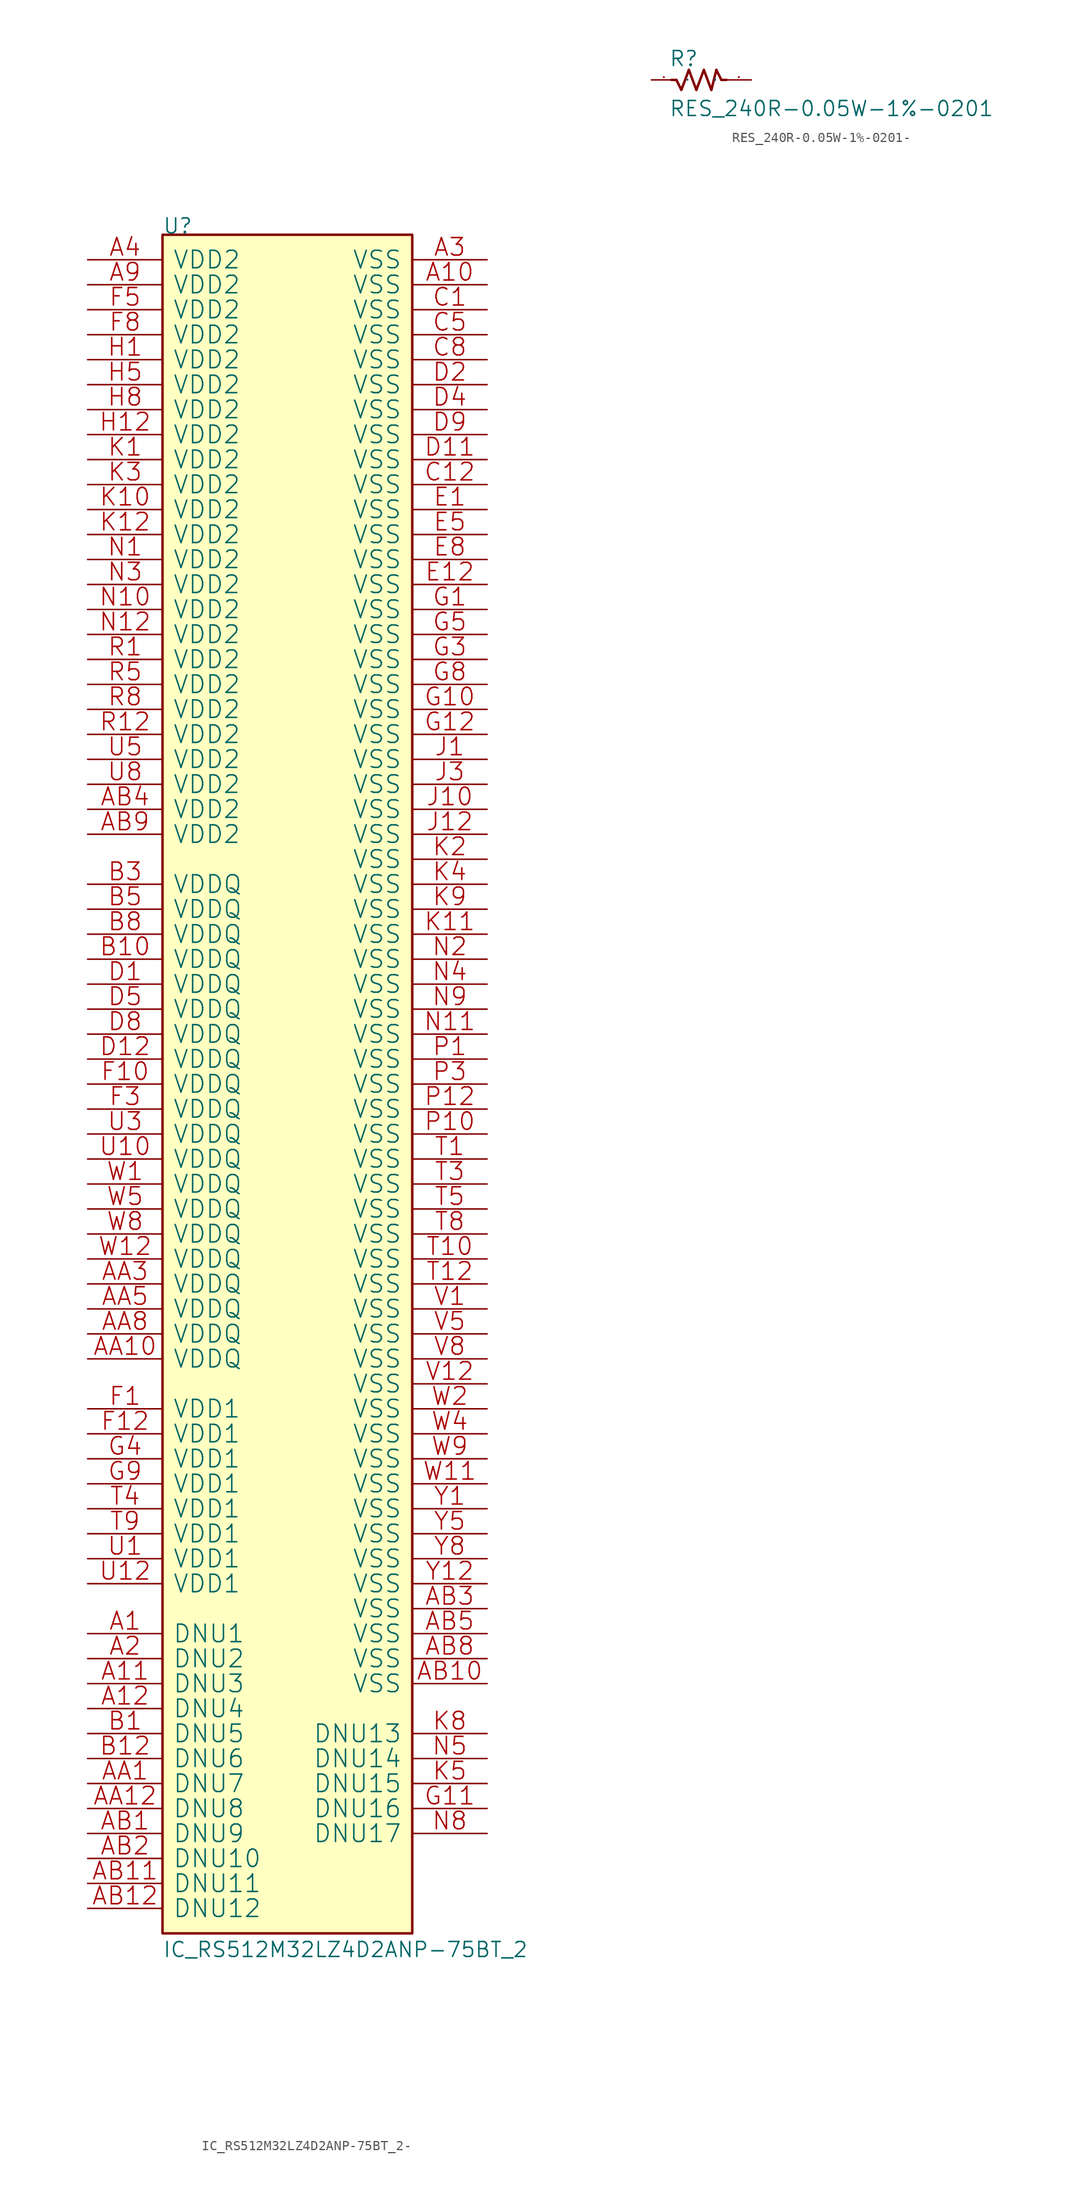
<source format=kicad_sym>
(kicad_symbol_lib
  (version 20220914)
  (generator kicad_symbol_editor)
  (symbol "IC_RS512M32LZ4D2ANP-75BT_2-"
    (pin_names
      (offset 1.016))
    (property "Reference" "U"
      (at 0 0 0)
      (effects (font (size 1.524 1.524)) (justify left bottom)))
    (property "Value" "IC_RS512M32LZ4D2ANP-75BT_2"
      (at 0 -175.26 0)
      (effects (font (size 1.524 1.524)) (justify left bottom)))
    (property "Footprint" ""
      (at 0 0 0)
      (effects (font (size 1.524 1.524))))
    (property "Datasheet" ""
      (at 0 0 0)
      (effects (font (size 1.524 1.524))))
    (symbol "IC_RS512M32LZ4D2ANP-75BT_2-_0_1"
      (rectangle (start 0 -172.72) (end 25.4 0) (stroke (width 0.254) (type solid)) (fill (type background)))
      (pin passive line (at -7.62 -142.24 0) (length 7.62) (name "DNU1" (effects (font (size 1.778 1.778)))) (number "A1" (effects (font (size 1.778 1.778)))))
      (pin passive line (at 33.02 -5.08 180) (length 7.62) (name "VSS" (effects (font (size 1.778 1.778)))) (number "A10" (effects (font (size 1.778 1.778)))))
      (pin passive line (at -7.62 -147.32 0) (length 7.62) (name "DNU3" (effects (font (size 1.778 1.778)))) (number "A11" (effects (font (size 1.778 1.778)))))
      (pin passive line (at -7.62 -149.86 0) (length 7.62) (name "DNU4" (effects (font (size 1.778 1.778)))) (number "A12" (effects (font (size 1.778 1.778)))))
      (pin passive line (at -7.62 -144.78 0) (length 7.62) (name "DNU2" (effects (font (size 1.778 1.778)))) (number "A2" (effects (font (size 1.778 1.778)))))
      (pin passive line (at 33.02 -2.54 180) (length 7.62) (name "VSS" (effects (font (size 1.778 1.778)))) (number "A3" (effects (font (size 1.778 1.778)))))
      (pin passive line (at -7.62 -2.54 0) (length 7.62) (name "VDD2" (effects (font (size 1.778 1.778)))) (number "A4" (effects (font (size 1.778 1.778)))))
      (pin passive line (at -7.62 -5.08 0) (length 7.62) (name "VDD2" (effects (font (size 1.778 1.778)))) (number "A9" (effects (font (size 1.778 1.778)))))
      (pin passive line (at -7.62 -157.48 0) (length 7.62) (name "DNU7" (effects (font (size 1.778 1.778)))) (number "AA1" (effects (font (size 1.778 1.778)))))
      (pin passive line (at -7.62 -114.3 0) (length 7.62) (name "VDDQ" (effects (font (size 1.778 1.778)))) (number "AA10" (effects (font (size 1.778 1.778)))))
      (pin passive line (at -7.62 -160.02 0) (length 7.62) (name "DNU8" (effects (font (size 1.778 1.778)))) (number "AA12" (effects (font (size 1.778 1.778)))))
      (pin passive line (at -7.62 -106.68 0) (length 7.62) (name "VDDQ" (effects (font (size 1.778 1.778)))) (number "AA3" (effects (font (size 1.778 1.778)))))
      (pin passive line (at -7.62 -109.22 0) (length 7.62) (name "VDDQ" (effects (font (size 1.778 1.778)))) (number "AA5" (effects (font (size 1.778 1.778)))))
      (pin passive line (at -7.62 -111.76 0) (length 7.62) (name "VDDQ" (effects (font (size 1.778 1.778)))) (number "AA8" (effects (font (size 1.778 1.778)))))
      (pin passive line (at -7.62 -162.56 0) (length 7.62) (name "DNU9" (effects (font (size 1.778 1.778)))) (number "AB1" (effects (font (size 1.778 1.778)))))
      (pin passive line (at 33.02 -147.32 180) (length 7.62) (name "VSS" (effects (font (size 1.778 1.778)))) (number "AB10" (effects (font (size 1.778 1.778)))))
      (pin passive line (at -7.62 -167.64 0) (length 7.62) (name "DNU11" (effects (font (size 1.778 1.778)))) (number "AB11" (effects (font (size 1.778 1.778)))))
      (pin passive line (at -7.62 -170.18 0) (length 7.62) (name "DNU12" (effects (font (size 1.778 1.778)))) (number "AB12" (effects (font (size 1.778 1.778)))))
      (pin passive line (at -7.62 -165.1 0) (length 7.62) (name "DNU10" (effects (font (size 1.778 1.778)))) (number "AB2" (effects (font (size 1.778 1.778)))))
      (pin passive line (at 33.02 -139.7 180) (length 7.62) (name "VSS" (effects (font (size 1.778 1.778)))) (number "AB3" (effects (font (size 1.778 1.778)))))
      (pin passive line (at -7.62 -58.42 0) (length 7.62) (name "VDD2" (effects (font (size 1.778 1.778)))) (number "AB4" (effects (font (size 1.778 1.778)))))
      (pin passive line (at 33.02 -142.24 180) (length 7.62) (name "VSS" (effects (font (size 1.778 1.778)))) (number "AB5" (effects (font (size 1.778 1.778)))))
      (pin passive line (at 33.02 -144.78 180) (length 7.62) (name "VSS" (effects (font (size 1.778 1.778)))) (number "AB8" (effects (font (size 1.778 1.778)))))
      (pin passive line (at -7.62 -60.96 0) (length 7.62) (name "VDD2" (effects (font (size 1.778 1.778)))) (number "AB9" (effects (font (size 1.778 1.778)))))
      (pin passive line (at -7.62 -152.4 0) (length 7.62) (name "DNU5" (effects (font (size 1.778 1.778)))) (number "B1" (effects (font (size 1.778 1.778)))))
      (pin passive line (at -7.62 -73.66 0) (length 7.62) (name "VDDQ" (effects (font (size 1.778 1.778)))) (number "B10" (effects (font (size 1.778 1.778)))))
      (pin passive line (at -7.62 -154.94 0) (length 7.62) (name "DNU6" (effects (font (size 1.778 1.778)))) (number "B12" (effects (font (size 1.778 1.778)))))
      (pin passive line (at -7.62 -66.04 0) (length 7.62) (name "VDDQ" (effects (font (size 1.778 1.778)))) (number "B3" (effects (font (size 1.778 1.778)))))
      (pin passive line (at -7.62 -68.58 0) (length 7.62) (name "VDDQ" (effects (font (size 1.778 1.778)))) (number "B5" (effects (font (size 1.778 1.778)))))
      (pin passive line (at -7.62 -71.12 0) (length 7.62) (name "VDDQ" (effects (font (size 1.778 1.778)))) (number "B8" (effects (font (size 1.778 1.778)))))
      (pin passive line (at 33.02 -7.62 180) (length 7.62) (name "VSS" (effects (font (size 1.778 1.778)))) (number "C1" (effects (font (size 1.778 1.778)))))
      (pin passive line (at 33.02 -25.4 180) (length 7.62) (name "VSS" (effects (font (size 1.778 1.778)))) (number "C12" (effects (font (size 1.778 1.778)))))
      (pin passive line (at 33.02 -10.16 180) (length 7.62) (name "VSS" (effects (font (size 1.778 1.778)))) (number "C5" (effects (font (size 1.778 1.778)))))
      (pin passive line (at 33.02 -12.7 180) (length 7.62) (name "VSS" (effects (font (size 1.778 1.778)))) (number "C8" (effects (font (size 1.778 1.778)))))
      (pin passive line (at -7.62 -76.2 0) (length 7.62) (name "VDDQ" (effects (font (size 1.778 1.778)))) (number "D1" (effects (font (size 1.778 1.778)))))
      (pin passive line (at 33.02 -22.86 180) (length 7.62) (name "VSS" (effects (font (size 1.778 1.778)))) (number "D11" (effects (font (size 1.778 1.778)))))
      (pin passive line (at -7.62 -83.82 0) (length 7.62) (name "VDDQ" (effects (font (size 1.778 1.778)))) (number "D12" (effects (font (size 1.778 1.778)))))
      (pin passive line (at 33.02 -15.24 180) (length 7.62) (name "VSS" (effects (font (size 1.778 1.778)))) (number "D2" (effects (font (size 1.778 1.778)))))
      (pin passive line (at 33.02 -17.78 180) (length 7.62) (name "VSS" (effects (font (size 1.778 1.778)))) (number "D4" (effects (font (size 1.778 1.778)))))
      (pin passive line (at -7.62 -78.74 0) (length 7.62) (name "VDDQ" (effects (font (size 1.778 1.778)))) (number "D5" (effects (font (size 1.778 1.778)))))
      (pin passive line (at -7.62 -81.28 0) (length 7.62) (name "VDDQ" (effects (font (size 1.778 1.778)))) (number "D8" (effects (font (size 1.778 1.778)))))
      (pin passive line (at 33.02 -20.32 180) (length 7.62) (name "VSS" (effects (font (size 1.778 1.778)))) (number "D9" (effects (font (size 1.778 1.778)))))
      (pin passive line (at 33.02 -27.94 180) (length 7.62) (name "VSS" (effects (font (size 1.778 1.778)))) (number "E1" (effects (font (size 1.778 1.778)))))
      (pin passive line (at 33.02 -35.56 180) (length 7.62) (name "VSS" (effects (font (size 1.778 1.778)))) (number "E12" (effects (font (size 1.778 1.778)))))
      (pin passive line (at 33.02 -30.48 180) (length 7.62) (name "VSS" (effects (font (size 1.778 1.778)))) (number "E5" (effects (font (size 1.778 1.778)))))
      (pin passive line (at 33.02 -33.02 180) (length 7.62) (name "VSS" (effects (font (size 1.778 1.778)))) (number "E8" (effects (font (size 1.778 1.778)))))
      (pin passive line (at -7.62 -119.38 0) (length 7.62) (name "VDD1" (effects (font (size 1.778 1.778)))) (number "F1" (effects (font (size 1.778 1.778)))))
      (pin passive line (at -7.62 -86.36 0) (length 7.62) (name "VDDQ" (effects (font (size 1.778 1.778)))) (number "F10" (effects (font (size 1.778 1.778)))))
      (pin passive line (at -7.62 -121.92 0) (length 7.62) (name "VDD1" (effects (font (size 1.778 1.778)))) (number "F12" (effects (font (size 1.778 1.778)))))
      (pin passive line (at -7.62 -88.9 0) (length 7.62) (name "VDDQ" (effects (font (size 1.778 1.778)))) (number "F3" (effects (font (size 1.778 1.778)))))
      (pin passive line (at -7.62 -7.62 0) (length 7.62) (name "VDD2" (effects (font (size 1.778 1.778)))) (number "F5" (effects (font (size 1.778 1.778)))))
      (pin passive line (at -7.62 -10.16 0) (length 7.62) (name "VDD2" (effects (font (size 1.778 1.778)))) (number "F8" (effects (font (size 1.778 1.778)))))
      (pin passive line (at 33.02 -38.1 180) (length 7.62) (name "VSS" (effects (font (size 1.778 1.778)))) (number "G1" (effects (font (size 1.778 1.778)))))
      (pin passive line (at 33.02 -48.26 180) (length 7.62) (name "VSS" (effects (font (size 1.778 1.778)))) (number "G10" (effects (font (size 1.778 1.778)))))
      (pin passive line (at 33.02 -160.02 180) (length 7.62) (name "DNU16" (effects (font (size 1.778 1.778)))) (number "G11" (effects (font (size 1.778 1.778)))))
      (pin passive line (at 33.02 -50.8 180) (length 7.62) (name "VSS" (effects (font (size 1.778 1.778)))) (number "G12" (effects (font (size 1.778 1.778)))))
      (pin passive line (at 33.02 -43.18 180) (length 7.62) (name "VSS" (effects (font (size 1.778 1.778)))) (number "G3" (effects (font (size 1.778 1.778)))))
      (pin passive line (at -7.62 -124.46 0) (length 7.62) (name "VDD1" (effects (font (size 1.778 1.778)))) (number "G4" (effects (font (size 1.778 1.778)))))
      (pin passive line (at 33.02 -40.64 180) (length 7.62) (name "VSS" (effects (font (size 1.778 1.778)))) (number "G5" (effects (font (size 1.778 1.778)))))
      (pin passive line (at 33.02 -45.72 180) (length 7.62) (name "VSS" (effects (font (size 1.778 1.778)))) (number "G8" (effects (font (size 1.778 1.778)))))
      (pin passive line (at -7.62 -127 0) (length 7.62) (name "VDD1" (effects (font (size 1.778 1.778)))) (number "G9" (effects (font (size 1.778 1.778)))))
      (pin passive line (at -7.62 -12.7 0) (length 7.62) (name "VDD2" (effects (font (size 1.778 1.778)))) (number "H1" (effects (font (size 1.778 1.778)))))
      (pin passive line (at -7.62 -20.32 0) (length 7.62) (name "VDD2" (effects (font (size 1.778 1.778)))) (number "H12" (effects (font (size 1.778 1.778)))))
      (pin passive line (at -7.62 -15.24 0) (length 7.62) (name "VDD2" (effects (font (size 1.778 1.778)))) (number "H5" (effects (font (size 1.778 1.778)))))
      (pin passive line (at -7.62 -17.78 0) (length 7.62) (name "VDD2" (effects (font (size 1.778 1.778)))) (number "H8" (effects (font (size 1.778 1.778)))))
      (pin passive line (at 33.02 -53.34 180) (length 7.62) (name "VSS" (effects (font (size 1.778 1.778)))) (number "J1" (effects (font (size 1.778 1.778)))))
      (pin passive line (at 33.02 -58.42 180) (length 7.62) (name "VSS" (effects (font (size 1.778 1.778)))) (number "J10" (effects (font (size 1.778 1.778)))))
      (pin passive line (at 33.02 -60.96 180) (length 7.62) (name "VSS" (effects (font (size 1.778 1.778)))) (number "J12" (effects (font (size 1.778 1.778)))))
      (pin passive line (at 33.02 -55.88 180) (length 7.62) (name "VSS" (effects (font (size 1.778 1.778)))) (number "J3" (effects (font (size 1.778 1.778)))))
      (pin passive line (at -7.62 -22.86 0) (length 7.62) (name "VDD2" (effects (font (size 1.778 1.778)))) (number "K1" (effects (font (size 1.778 1.778)))))
      (pin passive line (at -7.62 -27.94 0) (length 7.62) (name "VDD2" (effects (font (size 1.778 1.778)))) (number "K10" (effects (font (size 1.778 1.778)))))
      (pin passive line (at 33.02 -71.12 180) (length 7.62) (name "VSS" (effects (font (size 1.778 1.778)))) (number "K11" (effects (font (size 1.778 1.778)))))
      (pin passive line (at -7.62 -30.48 0) (length 7.62) (name "VDD2" (effects (font (size 1.778 1.778)))) (number "K12" (effects (font (size 1.778 1.778)))))
      (pin passive line (at 33.02 -63.5 180) (length 7.62) (name "VSS" (effects (font (size 1.778 1.778)))) (number "K2" (effects (font (size 1.778 1.778)))))
      (pin passive line (at -7.62 -25.4 0) (length 7.62) (name "VDD2" (effects (font (size 1.778 1.778)))) (number "K3" (effects (font (size 1.778 1.778)))))
      (pin passive line (at 33.02 -66.04 180) (length 7.62) (name "VSS" (effects (font (size 1.778 1.778)))) (number "K4" (effects (font (size 1.778 1.778)))))
      (pin passive line (at 33.02 -157.48 180) (length 7.62) (name "DNU15" (effects (font (size 1.778 1.778)))) (number "K5" (effects (font (size 1.778 1.778)))))
      (pin passive line (at 33.02 -152.4 180) (length 7.62) (name "DNU13" (effects (font (size 1.778 1.778)))) (number "K8" (effects (font (size 1.778 1.778)))))
      (pin passive line (at 33.02 -68.58 180) (length 7.62) (name "VSS" (effects (font (size 1.778 1.778)))) (number "K9" (effects (font (size 1.778 1.778)))))
      (pin passive line (at -7.62 -33.02 0) (length 7.62) (name "VDD2" (effects (font (size 1.778 1.778)))) (number "N1" (effects (font (size 1.778 1.778)))))
      (pin passive line (at -7.62 -38.1 0) (length 7.62) (name "VDD2" (effects (font (size 1.778 1.778)))) (number "N10" (effects (font (size 1.778 1.778)))))
      (pin passive line (at 33.02 -81.28 180) (length 7.62) (name "VSS" (effects (font (size 1.778 1.778)))) (number "N11" (effects (font (size 1.778 1.778)))))
      (pin passive line (at -7.62 -40.64 0) (length 7.62) (name "VDD2" (effects (font (size 1.778 1.778)))) (number "N12" (effects (font (size 1.778 1.778)))))
      (pin passive line (at 33.02 -73.66 180) (length 7.62) (name "VSS" (effects (font (size 1.778 1.778)))) (number "N2" (effects (font (size 1.778 1.778)))))
      (pin passive line (at -7.62 -35.56 0) (length 7.62) (name "VDD2" (effects (font (size 1.778 1.778)))) (number "N3" (effects (font (size 1.778 1.778)))))
      (pin passive line (at 33.02 -76.2 180) (length 7.62) (name "VSS" (effects (font (size 1.778 1.778)))) (number "N4" (effects (font (size 1.778 1.778)))))
      (pin passive line (at 33.02 -154.94 180) (length 7.62) (name "DNU14" (effects (font (size 1.778 1.778)))) (number "N5" (effects (font (size 1.778 1.778)))))
      (pin passive line (at 33.02 -162.56 180) (length 7.62) (name "DNU17" (effects (font (size 1.778 1.778)))) (number "N8" (effects (font (size 1.778 1.778)))))
      (pin passive line (at 33.02 -78.74 180) (length 7.62) (name "VSS" (effects (font (size 1.778 1.778)))) (number "N9" (effects (font (size 1.778 1.778)))))
      (pin passive line (at 33.02 -83.82 180) (length 7.62) (name "VSS" (effects (font (size 1.778 1.778)))) (number "P1" (effects (font (size 1.778 1.778)))))
      (pin passive line (at 33.02 -91.44 180) (length 7.62) (name "VSS" (effects (font (size 1.778 1.778)))) (number "P10" (effects (font (size 1.778 1.778)))))
      (pin passive line (at 33.02 -88.9 180) (length 7.62) (name "VSS" (effects (font (size 1.778 1.778)))) (number "P12" (effects (font (size 1.778 1.778)))))
      (pin passive line (at 33.02 -86.36 180) (length 7.62) (name "VSS" (effects (font (size 1.778 1.778)))) (number "P3" (effects (font (size 1.778 1.778)))))
      (pin passive line (at -7.62 -43.18 0) (length 7.62) (name "VDD2" (effects (font (size 1.778 1.778)))) (number "R1" (effects (font (size 1.778 1.778)))))
      (pin passive line (at -7.62 -50.8 0) (length 7.62) (name "VDD2" (effects (font (size 1.778 1.778)))) (number "R12" (effects (font (size 1.778 1.778)))))
      (pin passive line (at -7.62 -45.72 0) (length 7.62) (name "VDD2" (effects (font (size 1.778 1.778)))) (number "R5" (effects (font (size 1.778 1.778)))))
      (pin passive line (at -7.62 -48.26 0) (length 7.62) (name "VDD2" (effects (font (size 1.778 1.778)))) (number "R8" (effects (font (size 1.778 1.778)))))
      (pin passive line (at 33.02 -93.98 180) (length 7.62) (name "VSS" (effects (font (size 1.778 1.778)))) (number "T1" (effects (font (size 1.778 1.778)))))
      (pin passive line (at 33.02 -104.14 180) (length 7.62) (name "VSS" (effects (font (size 1.778 1.778)))) (number "T10" (effects (font (size 1.778 1.778)))))
      (pin passive line (at 33.02 -106.68 180) (length 7.62) (name "VSS" (effects (font (size 1.778 1.778)))) (number "T12" (effects (font (size 1.778 1.778)))))
      (pin passive line (at 33.02 -96.52 180) (length 7.62) (name "VSS" (effects (font (size 1.778 1.778)))) (number "T3" (effects (font (size 1.778 1.778)))))
      (pin passive line (at -7.62 -129.54 0) (length 7.62) (name "VDD1" (effects (font (size 1.778 1.778)))) (number "T4" (effects (font (size 1.778 1.778)))))
      (pin passive line (at 33.02 -99.06 180) (length 7.62) (name "VSS" (effects (font (size 1.778 1.778)))) (number "T5" (effects (font (size 1.778 1.778)))))
      (pin passive line (at 33.02 -101.6 180) (length 7.62) (name "VSS" (effects (font (size 1.778 1.778)))) (number "T8" (effects (font (size 1.778 1.778)))))
      (pin passive line (at -7.62 -132.08 0) (length 7.62) (name "VDD1" (effects (font (size 1.778 1.778)))) (number "T9" (effects (font (size 1.778 1.778)))))
      (pin passive line (at -7.62 -134.62 0) (length 7.62) (name "VDD1" (effects (font (size 1.778 1.778)))) (number "U1" (effects (font (size 1.778 1.778)))))
      (pin passive line (at -7.62 -93.98 0) (length 7.62) (name "VDDQ" (effects (font (size 1.778 1.778)))) (number "U10" (effects (font (size 1.778 1.778)))))
      (pin passive line (at -7.62 -137.16 0) (length 7.62) (name "VDD1" (effects (font (size 1.778 1.778)))) (number "U12" (effects (font (size 1.778 1.778)))))
      (pin passive line (at -7.62 -91.44 0) (length 7.62) (name "VDDQ" (effects (font (size 1.778 1.778)))) (number "U3" (effects (font (size 1.778 1.778)))))
      (pin passive line (at -7.62 -53.34 0) (length 7.62) (name "VDD2" (effects (font (size 1.778 1.778)))) (number "U5" (effects (font (size 1.778 1.778)))))
      (pin passive line (at -7.62 -55.88 0) (length 7.62) (name "VDD2" (effects (font (size 1.778 1.778)))) (number "U8" (effects (font (size 1.778 1.778)))))
      (pin passive line (at 33.02 -109.22 180) (length 7.62) (name "VSS" (effects (font (size 1.778 1.778)))) (number "V1" (effects (font (size 1.778 1.778)))))
      (pin passive line (at 33.02 -116.84 180) (length 7.62) (name "VSS" (effects (font (size 1.778 1.778)))) (number "V12" (effects (font (size 1.778 1.778)))))
      (pin passive line (at 33.02 -111.76 180) (length 7.62) (name "VSS" (effects (font (size 1.778 1.778)))) (number "V5" (effects (font (size 1.778 1.778)))))
      (pin passive line (at 33.02 -114.3 180) (length 7.62) (name "VSS" (effects (font (size 1.778 1.778)))) (number "V8" (effects (font (size 1.778 1.778)))))
      (pin passive line (at -7.62 -96.52 0) (length 7.62) (name "VDDQ" (effects (font (size 1.778 1.778)))) (number "W1" (effects (font (size 1.778 1.778)))))
      (pin passive line (at 33.02 -127 180) (length 7.62) (name "VSS" (effects (font (size 1.778 1.778)))) (number "W11" (effects (font (size 1.778 1.778)))))
      (pin passive line (at -7.62 -104.14 0) (length 7.62) (name "VDDQ" (effects (font (size 1.778 1.778)))) (number "W12" (effects (font (size 1.778 1.778)))))
      (pin passive line (at 33.02 -119.38 180) (length 7.62) (name "VSS" (effects (font (size 1.778 1.778)))) (number "W2" (effects (font (size 1.778 1.778)))))
      (pin passive line (at 33.02 -121.92 180) (length 7.62) (name "VSS" (effects (font (size 1.778 1.778)))) (number "W4" (effects (font (size 1.778 1.778)))))
      (pin passive line (at -7.62 -99.06 0) (length 7.62) (name "VDDQ" (effects (font (size 1.778 1.778)))) (number "W5" (effects (font (size 1.778 1.778)))))
      (pin passive line (at -7.62 -101.6 0) (length 7.62) (name "VDDQ" (effects (font (size 1.778 1.778)))) (number "W8" (effects (font (size 1.778 1.778)))))
      (pin passive line (at 33.02 -124.46 180) (length 7.62) (name "VSS" (effects (font (size 1.778 1.778)))) (number "W9" (effects (font (size 1.778 1.778)))))
      (pin passive line (at 33.02 -129.54 180) (length 7.62) (name "VSS" (effects (font (size 1.778 1.778)))) (number "Y1" (effects (font (size 1.778 1.778)))))
      (pin passive line (at 33.02 -137.16 180) (length 7.62) (name "VSS" (effects (font (size 1.778 1.778)))) (number "Y12" (effects (font (size 1.778 1.778)))))
      (pin passive line (at 33.02 -132.08 180) (length 7.62) (name "VSS" (effects (font (size 1.778 1.778)))) (number "Y5" (effects (font (size 1.778 1.778)))))
      (pin passive line (at 33.02 -134.62 180) (length 7.62) (name "VSS" (effects (font (size 1.778 1.778)))) (number "Y8" (effects (font (size 1.778 1.778)))))))
  (symbol "RES_240R-0.05W-1%-0201-"
    (pin_names
      (offset 1.016))
    (property "Reference" "R"
      (at 1.778 1.27 0)
      (effects (font (size 1.524 1.524)) (justify left bottom)))
    (property "Value" "RES_240R-0.05W-1%-0201"
      (at 1.778 -3.81 0)
      (effects (font (size 1.524 1.524)) (justify left bottom)))
    (property "Footprint" ""
      (at 0 0 0)
      (effects (font (size 1.524 1.524))))
    (property "Datasheet" ""
      (at 0 0 0)
      (effects (font (size 1.524 1.524))))
    (symbol "RES_240R-0.05W-1%-0201-_0_1"
      (polyline (pts (xy 2.032 0) (xy 2.54 0)) (stroke (width 0.254) (type solid)) (fill (type none)))
      (polyline (pts (xy 3.048 -1.016) (xy 2.54 0)) (stroke (width 0.254) (type solid)) (fill (type none)))
      (polyline (pts (xy 3.048 -1.016) (xy 3.81 1.016)) (stroke (width 0.254) (type solid)) (fill (type none)))
      (polyline (pts (xy 4.572 -1.016) (xy 3.81 1.016)) (stroke (width 0.254) (type solid)) (fill (type none)))
      (polyline (pts (xy 4.572 -1.016) (xy 5.334 1.016)) (stroke (width 0.254) (type solid)) (fill (type none)))
      (polyline (pts (xy 5.334 1.016) (xy 6.096 -1.016)) (stroke (width 0.254) (type solid)) (fill (type none)))
      (polyline (pts (xy 6.604 1.016) (xy 6.096 -1.016)) (stroke (width 0.254) (type solid)) (fill (type none)))
      (polyline (pts (xy 6.604 1.016) (xy 7.112 0)) (stroke (width 0.254) (type solid)) (fill (type none)))
      (polyline (pts (xy 7.62 0) (xy 7.112 0)) (stroke (width 0.254) (type solid)) (fill (type none)))
      (pin passive line (at 0 0 0) (length 2.54) (name "1" (effects (font (size 0.025 0.025)))) (number "1" (effects (font (size 0.025 0.025)))))
      (pin passive line (at 10.16 0 180) (length 2.54) (name "2" (effects (font (size 0.025 0.025)))) (number "2" (effects (font (size 0.025 0.025))))))))
</source>
